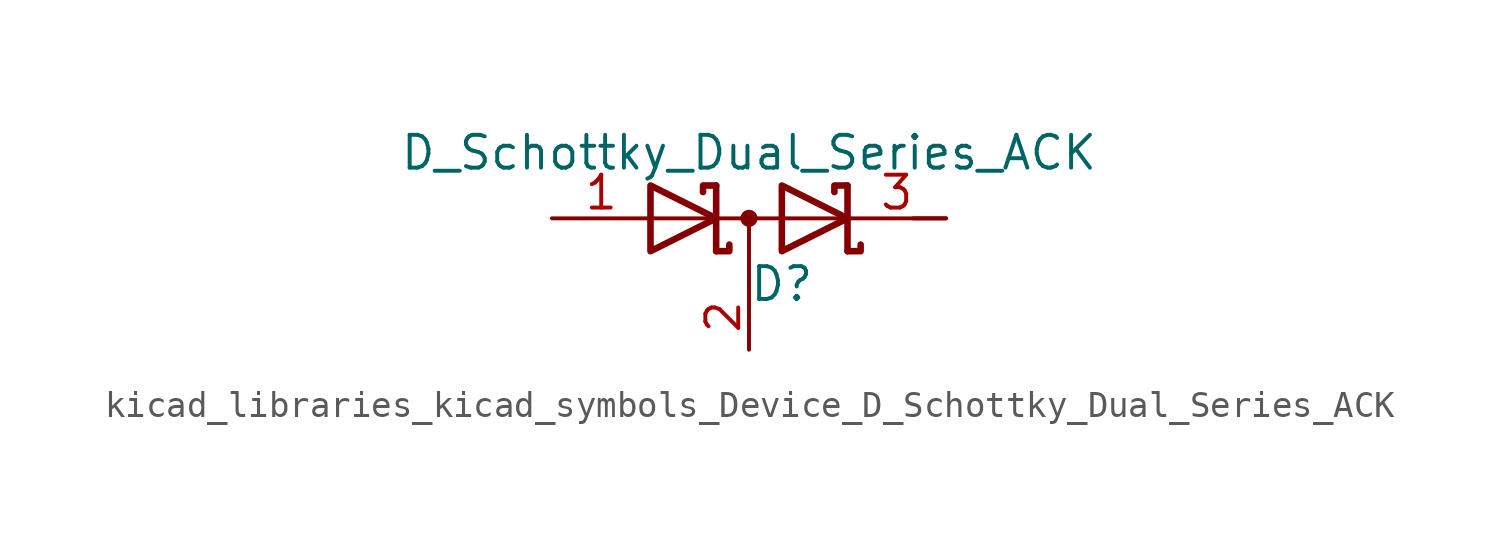
<source format=kicad_sym>
(kicad_symbol_lib
  (version 20220914)
  (generator kicad_symbol_editor)
  (symbol "kicad_libraries_kicad_symbols_Device_D_Schottky_Dual_Series_ACK"
    (pin_names
      (offset 0.762) hide)
    (property "Reference" "D"
      (at 1.27 -2.54 0)
      (effects (font (size 1.27 1.27))))
    (property "Value" "D_Schottky_Dual_Series_ACK"
      (at 0 2.54 0)
      (effects (font (size 1.27 1.27))))
    (symbol "kicad_libraries_kicad_symbols_Device_D_Schottky_Dual_Series_ACK_0_1"
      (polyline (pts (xy 0 0) (xy 0 -2.54)) (stroke (width 0) (type default)) (fill (type none)))
      (polyline (pts (xy 3.81 0) (xy -3.81 0)) (stroke (width 0) (type default)) (fill (type none)))
      (polyline (pts (xy 6.35 0) (xy 7.62 0)) (stroke (width 0) (type default)) (fill (type none)))
      (polyline (pts (xy -1.27 -1.27) (xy -1.27 1.27) (xy -1.27 1.27)) (stroke (width 0.254) (type default)) (fill (type none)))
      (polyline (pts (xy 3.81 1.27) (xy 3.81 -1.27) (xy 3.81 -1.27)) (stroke (width 0.254) (type default)) (fill (type none)))
      (polyline (pts (xy -1.27 -1.27) (xy -0.762 -1.27) (xy -0.762 -1.016) (xy -0.762 -1.016)) (stroke (width 0.254) (type default)) (fill (type none)))
      (polyline (pts (xy 3.81 -1.27) (xy 4.318 -1.27) (xy 4.318 -1.016) (xy 4.318 -1.016)) (stroke (width 0.254) (type default)) (fill (type none)))
      (polyline (pts (xy 3.81 1.27) (xy 3.302 1.27) (xy 3.302 1.016) (xy 3.302 1.016)) (stroke (width 0.254) (type default)) (fill (type none)))
      (polyline (pts (xy -1.778 1.016) (xy -1.778 1.27) (xy -1.27 1.27) (xy -1.27 1.27) (xy -1.27 1.27)) (stroke (width 0.254) (type default)) (fill (type none)))
      (polyline (pts (xy -3.81 1.27) (xy -1.27 0) (xy -3.81 -1.27) (xy -3.81 1.27) (xy -3.81 1.27) (xy -3.81 1.27)) (stroke (width 0.254) (type default)) (fill (type none)))
      (polyline (pts (xy 1.27 1.27) (xy 3.81 0) (xy 1.27 -1.27) (xy 1.27 1.27) (xy 1.27 1.27) (xy 1.27 1.27)) (stroke (width 0.254) (type default)) (fill (type none)))
      (circle (center 0 0) (radius 0.254) (stroke (width 0) (type default)) (fill (type outline)))
      (pin passive line (at -7.62 0 0) (length 3.81) (name "A" (effects (font (size 1.27 1.27)))) (number "1" (effects (font (size 1.27 1.27)))))
      (pin passive line (at 0 -5.08 90) (length 2.54) (name "common" (effects (font (size 1.27 1.27)))) (number "2" (effects (font (size 1.27 1.27)))))
      (pin passive line (at 7.62 0 180) (length 3.81) (name "K" (effects (font (size 1.27 1.27)))) (number "3" (effects (font (size 1.27 1.27))))))))
</source>
